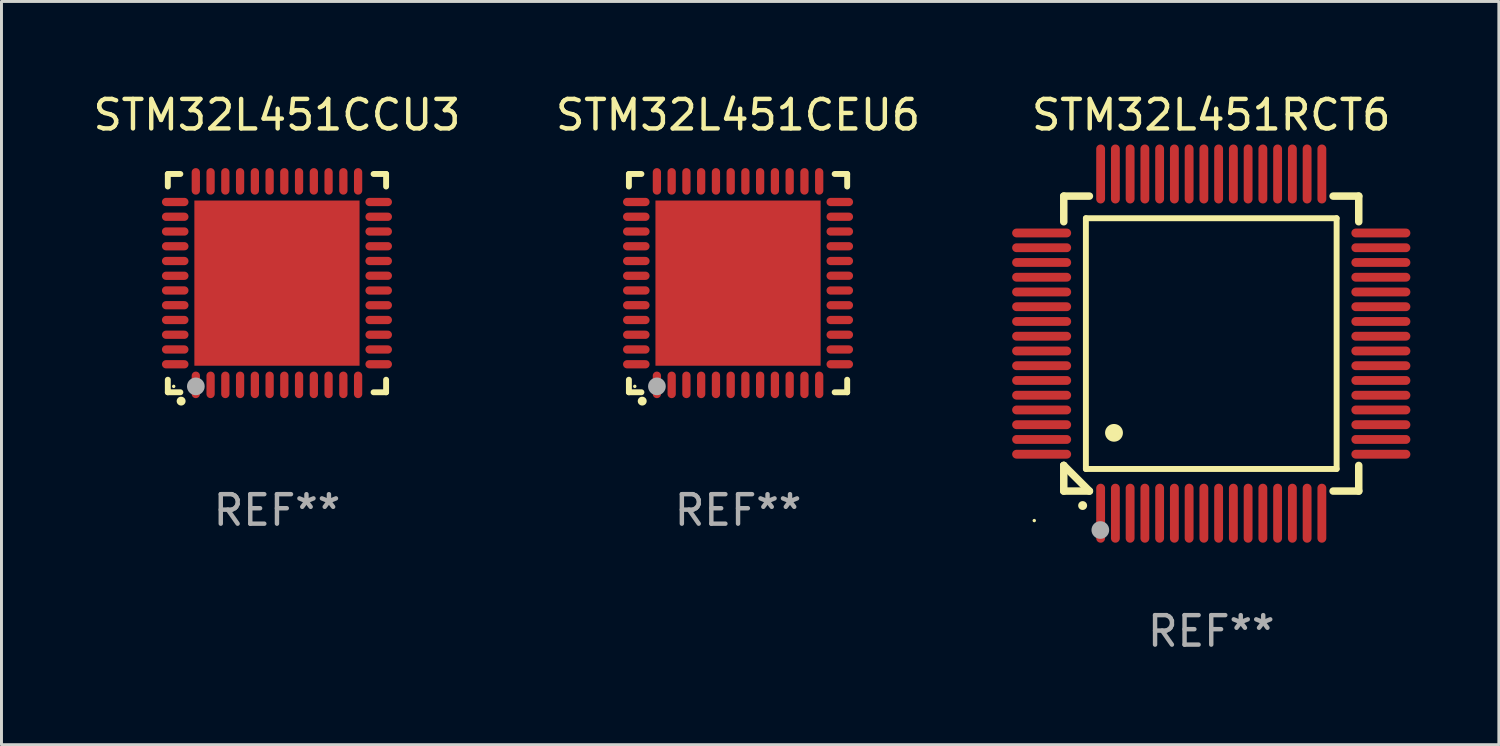
<source format=kicad_pcb>
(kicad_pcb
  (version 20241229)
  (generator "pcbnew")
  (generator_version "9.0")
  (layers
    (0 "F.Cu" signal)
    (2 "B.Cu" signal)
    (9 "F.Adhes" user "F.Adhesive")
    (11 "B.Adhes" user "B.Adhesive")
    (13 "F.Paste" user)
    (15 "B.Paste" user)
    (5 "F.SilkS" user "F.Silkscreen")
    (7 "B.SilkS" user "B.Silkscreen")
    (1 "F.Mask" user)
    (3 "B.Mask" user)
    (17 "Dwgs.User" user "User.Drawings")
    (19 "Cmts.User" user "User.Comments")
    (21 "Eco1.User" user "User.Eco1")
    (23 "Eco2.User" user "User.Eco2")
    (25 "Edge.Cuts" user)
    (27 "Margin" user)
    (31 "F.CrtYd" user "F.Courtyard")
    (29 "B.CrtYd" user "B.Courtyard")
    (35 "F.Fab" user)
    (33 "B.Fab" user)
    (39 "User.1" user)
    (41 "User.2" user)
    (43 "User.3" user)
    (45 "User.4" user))
  (footprint "STM32L451CEU6"
    (layer "F.Cu")
    (at 21.97 6.548)
    (property "Reference" "STM32L451CEU6" (at 0 -5.7 0) (layer "F.SilkS") (effects (font (size 1 1) (thickness 0.15))))
    (attr through_hole)
    (fp_line (start -3.7 -3.7) (end -3.275 -3.7) (stroke (width 0.2) (type solid)) (layer "F.SilkS"))
    (fp_line (start -3.7 -3.275) (end -3.7 -3.7) (stroke (width 0.2) (type solid)) (layer "F.SilkS"))
    (fp_line (start -3.7 3.7) (end -3.7 3.275) (stroke (width 0.2) (type solid)) (layer "F.SilkS"))
    (fp_line (start -3.275 3.7) (end -3.7 3.7) (stroke (width 0.2) (type solid)) (layer "F.SilkS"))
    (fp_line (start 3.7 -3.7) (end 3.275 -3.7) (stroke (width 0.2) (type solid)) (layer "F.SilkS"))
    (fp_line (start 3.7 -3.275) (end 3.7 -3.7) (stroke (width 0.2) (type solid)) (layer "F.SilkS"))
    (fp_line (start 3.7 3.275) (end 3.7 3.7) (stroke (width 0.2) (type solid)) (layer "F.SilkS"))
    (fp_line (start 3.7 3.7) (end 3.275 3.7) (stroke (width 0.2) (type solid)) (layer "F.SilkS"))
    (fp_arc (start -3.249936 3.999975) (mid -3.248666 3.99997) (end -3.247396 3.999975) (stroke (width 0.3) (type solid)) (layer "F.SilkS"))
    (fp_circle (center -3.5 3.5) (end -3.47 3.5) (stroke (width 0.06) (type solid)) (fill no) (layer "F.SilkS"))
    (fp_circle (center -2.75 3.5) (end -2.6 3.5) (stroke (width 0.3) (type solid)) (fill no) (layer "F.Fab"))
    (fp_text user "REF**" (at 0 7.7 0) (layer "F.Fab") (effects (font (size 1 1) (thickness 0.15))))
    (pad "1" smd oval (at -2.751 3.449) (size 0.28 0.9) (layers "F.Cu" "F.Mask" "F.Paste"))
    (pad "2" smd oval (at -2.25 3.449) (size 0.28 0.9) (layers "F.Cu" "F.Mask" "F.Paste"))
    (pad "3" smd oval (at -1.75 3.449) (size 0.28 0.9) (layers "F.Cu" "F.Mask" "F.Paste"))
    (pad "4" smd oval (at -1.25 3.449) (size 0.28 0.9) (layers "F.Cu" "F.Mask" "F.Paste"))
    (pad "5" smd oval (at -0.749 3.449) (size 0.28 0.9) (layers "F.Cu" "F.Mask" "F.Paste"))
    (pad "6" smd oval (at -0.249 3.449) (size 0.28 0.9) (layers "F.Cu" "F.Mask" "F.Paste"))
    (pad "7" smd oval (at 0.249 3.449) (size 0.28 0.9) (layers "F.Cu" "F.Mask" "F.Paste"))
    (pad "8" smd oval (at 0.749 3.449) (size 0.28 0.9) (layers "F.Cu" "F.Mask" "F.Paste"))
    (pad "9" smd oval (at 1.25 3.449) (size 0.28 0.9) (layers "F.Cu" "F.Mask" "F.Paste"))
    (pad "10" smd oval (at 1.75 3.449) (size 0.28 0.9) (layers "F.Cu" "F.Mask" "F.Paste"))
    (pad "11" smd oval (at 2.251 3.449) (size 0.28 0.9) (layers "F.Cu" "F.Mask" "F.Paste"))
    (pad "12" smd oval (at 2.751 3.449) (size 0.28 0.9) (layers "F.Cu" "F.Mask" "F.Paste"))
    (pad "13" smd oval (at 3.449 2.75) (size 0.9 0.28) (layers "F.Cu" "F.Mask" "F.Paste"))
    (pad "14" smd oval (at 3.449 2.25) (size 0.9 0.28) (layers "F.Cu" "F.Mask" "F.Paste"))
    (pad "15" smd oval (at 3.449 1.75) (size 0.9 0.28) (layers "F.Cu" "F.Mask" "F.Paste"))
    (pad "16" smd oval (at 3.449 1.25) (size 0.9 0.28) (layers "F.Cu" "F.Mask" "F.Paste"))
    (pad "17" smd oval (at 3.449 0.75) (size 0.9 0.28) (layers "F.Cu" "F.Mask" "F.Paste"))
    (pad "18" smd oval (at 3.449 0.25) (size 0.9 0.28) (layers "F.Cu" "F.Mask" "F.Paste"))
    (pad "19" smd oval (at 3.449 -0.25) (size 0.9 0.28) (layers "F.Cu" "F.Mask" "F.Paste"))
    (pad "20" smd oval (at 3.449 -0.75) (size 0.9 0.28) (layers "F.Cu" "F.Mask" "F.Paste"))
    (pad "21" smd oval (at 3.449 -1.25) (size 0.9 0.28) (layers "F.Cu" "F.Mask" "F.Paste"))
    (pad "22" smd oval (at 3.449 -1.75) (size 0.9 0.28) (layers "F.Cu" "F.Mask" "F.Paste"))
    (pad "23" smd oval (at 3.449 -2.25) (size 0.9 0.28) (layers "F.Cu" "F.Mask" "F.Paste"))
    (pad "24" smd oval (at 3.449 -2.75) (size 0.9 0.28) (layers "F.Cu" "F.Mask" "F.Paste"))
    (pad "25" smd oval (at 2.751 -3.449) (size 0.28 0.9) (layers "F.Cu" "F.Mask" "F.Paste"))
    (pad "26" smd oval (at 2.251 -3.449) (size 0.28 0.9) (layers "F.Cu" "F.Mask" "F.Paste"))
    (pad "27" smd oval (at 1.75 -3.449) (size 0.28 0.9) (layers "F.Cu" "F.Mask" "F.Paste"))
    (pad "28" smd oval (at 1.25 -3.449) (size 0.28 0.9) (layers "F.Cu" "F.Mask" "F.Paste"))
    (pad "29" smd oval (at 0.749 -3.449) (size 0.28 0.9) (layers "F.Cu" "F.Mask" "F.Paste"))
    (pad "30" smd oval (at 0.249 -3.449) (size 0.28 0.9) (layers "F.Cu" "F.Mask" "F.Paste"))
    (pad "31" smd oval (at -0.249 -3.449) (size 0.28 0.9) (layers "F.Cu" "F.Mask" "F.Paste"))
    (pad "32" smd oval (at -0.749 -3.449) (size 0.28 0.9) (layers "F.Cu" "F.Mask" "F.Paste"))
    (pad "33" smd oval (at -1.25 -3.449) (size 0.28 0.9) (layers "F.Cu" "F.Mask" "F.Paste"))
    (pad "34" smd oval (at -1.75 -3.449) (size 0.28 0.9) (layers "F.Cu" "F.Mask" "F.Paste"))
    (pad "35" smd oval (at -2.25 -3.449) (size 0.28 0.9) (layers "F.Cu" "F.Mask" "F.Paste"))
    (pad "36" smd oval (at -2.751 -3.449) (size 0.28 0.9) (layers "F.Cu" "F.Mask" "F.Paste"))
    (pad "37" smd oval (at -3.449 -2.751) (size 0.9 0.28) (layers "F.Cu" "F.Mask" "F.Paste"))
    (pad "38" smd oval (at -3.449 -2.25) (size 0.9 0.28) (layers "F.Cu" "F.Mask" "F.Paste"))
    (pad "39" smd oval (at -3.449 -1.75) (size 0.9 0.28) (layers "F.Cu" "F.Mask" "F.Paste"))
    (pad "40" smd oval (at -3.449 -1.25) (size 0.9 0.28) (layers "F.Cu" "F.Mask" "F.Paste"))
    (pad "41" smd oval (at -3.449 -0.749) (size 0.9 0.28) (layers "F.Cu" "F.Mask" "F.Paste"))
    (pad "42" smd oval (at -3.449 -0.249) (size 0.9 0.28) (layers "F.Cu" "F.Mask" "F.Paste"))
    (pad "43" smd oval (at -3.449 0.249) (size 0.9 0.28) (layers "F.Cu" "F.Mask" "F.Paste"))
    (pad "44" smd oval (at -3.449 0.749) (size 0.9 0.28) (layers "F.Cu" "F.Mask" "F.Paste"))
    (pad "45" smd oval (at -3.449 1.25) (size 0.9 0.28) (layers "F.Cu" "F.Mask" "F.Paste"))
    (pad "46" smd oval (at -3.449 1.75) (size 0.9 0.28) (layers "F.Cu" "F.Mask" "F.Paste"))
    (pad "47" smd oval (at -3.449 2.25) (size 0.9 0.28) (layers "F.Cu" "F.Mask" "F.Paste"))
    (pad "48" smd oval (at -3.449 2.751) (size 0.9 0.28) (layers "F.Cu" "F.Mask" "F.Paste"))
    (pad "49" smd rect (at 0.000076 -0.000025) (size 5.6 5.6) (layers "F.Cu" "F.Mask" "F.Paste")))
  (footprint "STM32L451RCT6"
    (layer "F.Cu")
    (at 38.012 8.598)
    (property "Reference" "STM32L451RCT6" (at 0 -7.75 0) (layer "F.SilkS") (effects (font (size 1 1) (thickness 0.15))))
    (attr through_hole)
    (fp_line (start -5 -5) (end -4.131 -5) (stroke (width 0.254) (type solid)) (layer "F.SilkS"))
    (fp_line (start -5 -4.131) (end -5 -5) (stroke (width 0.254) (type solid)) (layer "F.SilkS"))
    (fp_line (start -5 4.131) (end -5 4.131) (stroke (width 0.254) (type solid)) (layer "F.SilkS"))
    (fp_line (start -5 5) (end -5 4.131) (stroke (width 0.254) (type solid)) (layer "F.SilkS"))
    (fp_line (start -5 4.131) (end -4.131 5) (stroke (width 0.254) (type solid)) (layer "F.SilkS"))
    (fp_line (start -4.25 -4.25) (end -4.25 4.25) (stroke (width 0.2) (type solid)) (layer "F.SilkS"))
    (fp_line (start -4.25 4.25) (end 4.25 4.25) (stroke (width 0.2) (type solid)) (layer "F.SilkS"))
    (fp_line (start -4.131 5) (end -5 5) (stroke (width 0.254) (type solid)) (layer "F.SilkS"))
    (fp_line (start 4.25 -4.25) (end -4.25 -4.25) (stroke (width 0.2) (type solid)) (layer "F.SilkS"))
    (fp_line (start 4.25 4.25) (end 4.25 -4.25) (stroke (width 0.2) (type solid)) (layer "F.SilkS"))
    (fp_line (start 5 -5) (end 4.131 -5) (stroke (width 0.254) (type solid)) (layer "F.SilkS"))
    (fp_line (start 5 -5) (end 5 -4.131) (stroke (width 0.254) (type solid)) (layer "F.SilkS"))
    (fp_line (start 5 4.131) (end 5 5) (stroke (width 0.254) (type solid)) (layer "F.SilkS"))
    (fp_line (start 5 5) (end 4.131 5) (stroke (width 0.254) (type solid)) (layer "F.SilkS"))
    (fp_arc (start -4.361265 5.489992) (mid -4.359995 5.489987) (end -4.358725 5.489992) (stroke (width 0.3) (type solid)) (layer "F.SilkS"))
    (fp_arc (start -3.299467 3.025146) (mid -3.296927 3.025135) (end -3.294387 3.025146) (stroke (width 0.6) (type solid)) (layer "F.SilkS"))
    (fp_circle (center -6 6) (end -5.97 6) (stroke (width 0.06) (type solid)) (fill no) (layer "F.SilkS"))
    (fp_circle (center -3.76 6.32) (end -3.61 6.32) (stroke (width 0.3) (type solid)) (fill no) (layer "F.Fab"))
    (fp_text user "REF**" (at 0 9.75 0) (layer "F.Fab") (effects (font (size 1 1) (thickness 0.15))))
    (pad "1" smd oval (at -3.75 5.75) (size 0.3 2) (layers "F.Cu" "F.Mask" "F.Paste"))
    (pad "2" smd oval (at -3.25 5.75) (size 0.3 2) (layers "F.Cu" "F.Mask" "F.Paste"))
    (pad "3" smd oval (at -2.75 5.75) (size 0.3 2) (layers "F.Cu" "F.Mask" "F.Paste"))
    (pad "4" smd oval (at -2.25 5.75) (size 0.3 2) (layers "F.Cu" "F.Mask" "F.Paste"))
    (pad "5" smd oval (at -1.75 5.75) (size 0.3 2) (layers "F.Cu" "F.Mask" "F.Paste"))
    (pad "6" smd oval (at -1.25 5.75) (size 0.3 2) (layers "F.Cu" "F.Mask" "F.Paste"))
    (pad "7" smd oval (at -0.75 5.75) (size 0.3 2) (layers "F.Cu" "F.Mask" "F.Paste"))
    (pad "8" smd oval (at -0.25 5.75) (size 0.3 2) (layers "F.Cu" "F.Mask" "F.Paste"))
    (pad "9" smd oval (at 0.25 5.75) (size 0.3 2) (layers "F.Cu" "F.Mask" "F.Paste"))
    (pad "10" smd oval (at 0.75 5.75) (size 0.3 2) (layers "F.Cu" "F.Mask" "F.Paste"))
    (pad "11" smd oval (at 1.25 5.75) (size 0.3 2) (layers "F.Cu" "F.Mask" "F.Paste"))
    (pad "12" smd oval (at 1.75 5.75) (size 0.3 2) (layers "F.Cu" "F.Mask" "F.Paste"))
    (pad "13" smd oval (at 2.25 5.75) (size 0.3 2) (layers "F.Cu" "F.Mask" "F.Paste"))
    (pad "14" smd oval (at 2.75 5.75) (size 0.3 2) (layers "F.Cu" "F.Mask" "F.Paste"))
    (pad "15" smd oval (at 3.25 5.75) (size 0.3 2) (layers "F.Cu" "F.Mask" "F.Paste"))
    (pad "16" smd oval (at 3.75 5.75) (size 0.3 2) (layers "F.Cu" "F.Mask" "F.Paste"))
    (pad "17" smd oval (at 5.75 3.75) (size 2 0.3) (layers "F.Cu" "F.Mask" "F.Paste"))
    (pad "18" smd oval (at 5.75 3.25) (size 2 0.3) (layers "F.Cu" "F.Mask" "F.Paste"))
    (pad "19" smd oval (at 5.75 2.75) (size 2 0.3) (layers "F.Cu" "F.Mask" "F.Paste"))
    (pad "20" smd oval (at 5.75 2.25) (size 2 0.3) (layers "F.Cu" "F.Mask" "F.Paste"))
    (pad "21" smd oval (at 5.75 1.75) (size 2 0.3) (layers "F.Cu" "F.Mask" "F.Paste"))
    (pad "22" smd oval (at 5.75 1.25) (size 2 0.3) (layers "F.Cu" "F.Mask" "F.Paste"))
    (pad "23" smd oval (at 5.75 0.75) (size 2 0.3) (layers "F.Cu" "F.Mask" "F.Paste"))
    (pad "24" smd oval (at 5.75 0.25) (size 2 0.3) (layers "F.Cu" "F.Mask" "F.Paste"))
    (pad "25" smd oval (at 5.75 -0.25) (size 2 0.3) (layers "F.Cu" "F.Mask" "F.Paste"))
    (pad "26" smd oval (at 5.75 -0.75) (size 2 0.3) (layers "F.Cu" "F.Mask" "F.Paste"))
    (pad "27" smd oval (at 5.75 -1.25) (size 2 0.3) (layers "F.Cu" "F.Mask" "F.Paste"))
    (pad "28" smd oval (at 5.75 -1.75) (size 2 0.3) (layers "F.Cu" "F.Mask" "F.Paste"))
    (pad "29" smd oval (at 5.75 -2.25) (size 2 0.3) (layers "F.Cu" "F.Mask" "F.Paste"))
    (pad "30" smd oval (at 5.75 -2.75) (size 2 0.3) (layers "F.Cu" "F.Mask" "F.Paste"))
    (pad "31" smd oval (at 5.75 -3.25) (size 2 0.3) (layers "F.Cu" "F.Mask" "F.Paste"))
    (pad "32" smd oval (at 5.75 -3.75) (size 2 0.3) (layers "F.Cu" "F.Mask" "F.Paste"))
    (pad "33" smd oval (at 3.75 -5.75) (size 0.3 2) (layers "F.Cu" "F.Mask" "F.Paste"))
    (pad "34" smd oval (at 3.25 -5.75) (size 0.3 2) (layers "F.Cu" "F.Mask" "F.Paste"))
    (pad "35" smd oval (at 2.75 -5.75) (size 0.3 2) (layers "F.Cu" "F.Mask" "F.Paste"))
    (pad "36" smd oval (at 2.25 -5.75) (size 0.3 2) (layers "F.Cu" "F.Mask" "F.Paste"))
    (pad "37" smd oval (at 1.75 -5.75) (size 0.3 2) (layers "F.Cu" "F.Mask" "F.Paste"))
    (pad "38" smd oval (at 1.25 -5.75) (size 0.3 2) (layers "F.Cu" "F.Mask" "F.Paste"))
    (pad "39" smd oval (at 0.75 -5.75) (size 0.3 2) (layers "F.Cu" "F.Mask" "F.Paste"))
    (pad "40" smd oval (at 0.25 -5.75) (size 0.3 2) (layers "F.Cu" "F.Mask" "F.Paste"))
    (pad "41" smd oval (at -0.25 -5.75) (size 0.3 2) (layers "F.Cu" "F.Mask" "F.Paste"))
    (pad "42" smd oval (at -0.75 -5.75) (size 0.3 2) (layers "F.Cu" "F.Mask" "F.Paste"))
    (pad "43" smd oval (at -1.25 -5.75) (size 0.3 2) (layers "F.Cu" "F.Mask" "F.Paste"))
    (pad "44" smd oval (at -1.75 -5.75) (size 0.3 2) (layers "F.Cu" "F.Mask" "F.Paste"))
    (pad "45" smd oval (at -2.25 -5.75) (size 0.3 2) (layers "F.Cu" "F.Mask" "F.Paste"))
    (pad "46" smd oval (at -2.75 -5.75) (size 0.3 2) (layers "F.Cu" "F.Mask" "F.Paste"))
    (pad "47" smd oval (at -3.25 -5.75) (size 0.3 2) (layers "F.Cu" "F.Mask" "F.Paste"))
    (pad "48" smd oval (at -3.75 -5.75) (size 0.3 2) (layers "F.Cu" "F.Mask" "F.Paste"))
    (pad "49" smd oval (at -5.75 -3.75) (size 2 0.3) (layers "F.Cu" "F.Mask" "F.Paste"))
    (pad "50" smd oval (at -5.75 -3.25) (size 2 0.3) (layers "F.Cu" "F.Mask" "F.Paste"))
    (pad "51" smd oval (at -5.75 -2.75) (size 2 0.3) (layers "F.Cu" "F.Mask" "F.Paste"))
    (pad "52" smd oval (at -5.75 -2.25) (size 2 0.3) (layers "F.Cu" "F.Mask" "F.Paste"))
    (pad "53" smd oval (at -5.75 -1.75) (size 2 0.3) (layers "F.Cu" "F.Mask" "F.Paste"))
    (pad "54" smd oval (at -5.75 -1.25) (size 2 0.3) (layers "F.Cu" "F.Mask" "F.Paste"))
    (pad "55" smd oval (at -5.75 -0.75) (size 2 0.3) (layers "F.Cu" "F.Mask" "F.Paste"))
    (pad "56" smd oval (at -5.75 -0.25) (size 2 0.3) (layers "F.Cu" "F.Mask" "F.Paste"))
    (pad "57" smd oval (at -5.75 0.25) (size 2 0.3) (layers "F.Cu" "F.Mask" "F.Paste"))
    (pad "58" smd oval (at -5.75 0.75) (size 2 0.3) (layers "F.Cu" "F.Mask" "F.Paste"))
    (pad "59" smd oval (at -5.75 1.25) (size 2 0.3) (layers "F.Cu" "F.Mask" "F.Paste"))
    (pad "60" smd oval (at -5.75 1.75) (size 2 0.3) (layers "F.Cu" "F.Mask" "F.Paste"))
    (pad "61" smd oval (at -5.75 2.25) (size 2 0.3) (layers "F.Cu" "F.Mask" "F.Paste"))
    (pad "62" smd oval (at -5.75 2.75) (size 2 0.3) (layers "F.Cu" "F.Mask" "F.Paste"))
    (pad "63" smd oval (at -5.75 3.25) (size 2 0.3) (layers "F.Cu" "F.Mask" "F.Paste"))
    (pad "64" smd oval (at -5.75 3.75) (size 2 0.3) (layers "F.Cu" "F.Mask" "F.Paste")))
  (footprint "STM32L451CCU3"
    (layer "F.Cu")
    (at 6.339 6.548)
    (property "Reference" "STM32L451CCU3" (at 0 -5.7 0) (layer "F.SilkS") (effects (font (size 1 1) (thickness 0.15))))
    (attr through_hole)
    (fp_line (start -3.7 -3.7) (end -3.275 -3.7) (stroke (width 0.2) (type solid)) (layer "F.SilkS"))
    (fp_line (start -3.7 -3.275) (end -3.7 -3.7) (stroke (width 0.2) (type solid)) (layer "F.SilkS"))
    (fp_line (start -3.7 3.7) (end -3.7 3.275) (stroke (width 0.2) (type solid)) (layer "F.SilkS"))
    (fp_line (start -3.275 3.7) (end -3.7 3.7) (stroke (width 0.2) (type solid)) (layer "F.SilkS"))
    (fp_line (start 3.7 -3.7) (end 3.275 -3.7) (stroke (width 0.2) (type solid)) (layer "F.SilkS"))
    (fp_line (start 3.7 -3.275) (end 3.7 -3.7) (stroke (width 0.2) (type solid)) (layer "F.SilkS"))
    (fp_line (start 3.7 3.275) (end 3.7 3.7) (stroke (width 0.2) (type solid)) (layer "F.SilkS"))
    (fp_line (start 3.7 3.7) (end 3.275 3.7) (stroke (width 0.2) (type solid)) (layer "F.SilkS"))
    (fp_arc (start -3.249936 3.999975) (mid -3.248666 3.99997) (end -3.247396 3.999975) (stroke (width 0.3) (type solid)) (layer "F.SilkS"))
    (fp_circle (center -3.5 3.5) (end -3.47 3.5) (stroke (width 0.06) (type solid)) (fill no) (layer "F.SilkS"))
    (fp_circle (center -2.75 3.5) (end -2.6 3.5) (stroke (width 0.3) (type solid)) (fill no) (layer "F.Fab"))
    (fp_text user "REF**" (at 0 7.7 0) (layer "F.Fab") (effects (font (size 1 1) (thickness 0.15))))
    (pad "1" smd oval (at -2.751 3.449) (size 0.28 0.9) (layers "F.Cu" "F.Mask" "F.Paste"))
    (pad "2" smd oval (at -2.25 3.449) (size 0.28 0.9) (layers "F.Cu" "F.Mask" "F.Paste"))
    (pad "3" smd oval (at -1.75 3.449) (size 0.28 0.9) (layers "F.Cu" "F.Mask" "F.Paste"))
    (pad "4" smd oval (at -1.25 3.449) (size 0.28 0.9) (layers "F.Cu" "F.Mask" "F.Paste"))
    (pad "5" smd oval (at -0.749 3.449) (size 0.28 0.9) (layers "F.Cu" "F.Mask" "F.Paste"))
    (pad "6" smd oval (at -0.249 3.449) (size 0.28 0.9) (layers "F.Cu" "F.Mask" "F.Paste"))
    (pad "7" smd oval (at 0.249 3.449) (size 0.28 0.9) (layers "F.Cu" "F.Mask" "F.Paste"))
    (pad "8" smd oval (at 0.749 3.449) (size 0.28 0.9) (layers "F.Cu" "F.Mask" "F.Paste"))
    (pad "9" smd oval (at 1.25 3.449) (size 0.28 0.9) (layers "F.Cu" "F.Mask" "F.Paste"))
    (pad "10" smd oval (at 1.75 3.449) (size 0.28 0.9) (layers "F.Cu" "F.Mask" "F.Paste"))
    (pad "11" smd oval (at 2.251 3.449) (size 0.28 0.9) (layers "F.Cu" "F.Mask" "F.Paste"))
    (pad "12" smd oval (at 2.751 3.449) (size 0.28 0.9) (layers "F.Cu" "F.Mask" "F.Paste"))
    (pad "13" smd oval (at 3.449 2.75) (size 0.9 0.28) (layers "F.Cu" "F.Mask" "F.Paste"))
    (pad "14" smd oval (at 3.449 2.25) (size 0.9 0.28) (layers "F.Cu" "F.Mask" "F.Paste"))
    (pad "15" smd oval (at 3.449 1.75) (size 0.9 0.28) (layers "F.Cu" "F.Mask" "F.Paste"))
    (pad "16" smd oval (at 3.449 1.25) (size 0.9 0.28) (layers "F.Cu" "F.Mask" "F.Paste"))
    (pad "17" smd oval (at 3.449 0.75) (size 0.9 0.28) (layers "F.Cu" "F.Mask" "F.Paste"))
    (pad "18" smd oval (at 3.449 0.25) (size 0.9 0.28) (layers "F.Cu" "F.Mask" "F.Paste"))
    (pad "19" smd oval (at 3.449 -0.25) (size 0.9 0.28) (layers "F.Cu" "F.Mask" "F.Paste"))
    (pad "20" smd oval (at 3.449 -0.75) (size 0.9 0.28) (layers "F.Cu" "F.Mask" "F.Paste"))
    (pad "21" smd oval (at 3.449 -1.25) (size 0.9 0.28) (layers "F.Cu" "F.Mask" "F.Paste"))
    (pad "22" smd oval (at 3.449 -1.75) (size 0.9 0.28) (layers "F.Cu" "F.Mask" "F.Paste"))
    (pad "23" smd oval (at 3.449 -2.25) (size 0.9 0.28) (layers "F.Cu" "F.Mask" "F.Paste"))
    (pad "24" smd oval (at 3.449 -2.75) (size 0.9 0.28) (layers "F.Cu" "F.Mask" "F.Paste"))
    (pad "25" smd oval (at 2.751 -3.449) (size 0.28 0.9) (layers "F.Cu" "F.Mask" "F.Paste"))
    (pad "26" smd oval (at 2.251 -3.449) (size 0.28 0.9) (layers "F.Cu" "F.Mask" "F.Paste"))
    (pad "27" smd oval (at 1.75 -3.449) (size 0.28 0.9) (layers "F.Cu" "F.Mask" "F.Paste"))
    (pad "28" smd oval (at 1.25 -3.449) (size 0.28 0.9) (layers "F.Cu" "F.Mask" "F.Paste"))
    (pad "29" smd oval (at 0.749 -3.449) (size 0.28 0.9) (layers "F.Cu" "F.Mask" "F.Paste"))
    (pad "30" smd oval (at 0.249 -3.449) (size 0.28 0.9) (layers "F.Cu" "F.Mask" "F.Paste"))
    (pad "31" smd oval (at -0.249 -3.449) (size 0.28 0.9) (layers "F.Cu" "F.Mask" "F.Paste"))
    (pad "32" smd oval (at -0.749 -3.449) (size 0.28 0.9) (layers "F.Cu" "F.Mask" "F.Paste"))
    (pad "33" smd oval (at -1.25 -3.449) (size 0.28 0.9) (layers "F.Cu" "F.Mask" "F.Paste"))
    (pad "34" smd oval (at -1.75 -3.449) (size 0.28 0.9) (layers "F.Cu" "F.Mask" "F.Paste"))
    (pad "35" smd oval (at -2.25 -3.449) (size 0.28 0.9) (layers "F.Cu" "F.Mask" "F.Paste"))
    (pad "36" smd oval (at -2.751 -3.449) (size 0.28 0.9) (layers "F.Cu" "F.Mask" "F.Paste"))
    (pad "37" smd oval (at -3.449 -2.751) (size 0.9 0.28) (layers "F.Cu" "F.Mask" "F.Paste"))
    (pad "38" smd oval (at -3.449 -2.25) (size 0.9 0.28) (layers "F.Cu" "F.Mask" "F.Paste"))
    (pad "39" smd oval (at -3.449 -1.75) (size 0.9 0.28) (layers "F.Cu" "F.Mask" "F.Paste"))
    (pad "40" smd oval (at -3.449 -1.25) (size 0.9 0.28) (layers "F.Cu" "F.Mask" "F.Paste"))
    (pad "41" smd oval (at -3.449 -0.749) (size 0.9 0.28) (layers "F.Cu" "F.Mask" "F.Paste"))
    (pad "42" smd oval (at -3.449 -0.249) (size 0.9 0.28) (layers "F.Cu" "F.Mask" "F.Paste"))
    (pad "43" smd oval (at -3.449 0.249) (size 0.9 0.28) (layers "F.Cu" "F.Mask" "F.Paste"))
    (pad "44" smd oval (at -3.449 0.749) (size 0.9 0.28) (layers "F.Cu" "F.Mask" "F.Paste"))
    (pad "45" smd oval (at -3.449 1.25) (size 0.9 0.28) (layers "F.Cu" "F.Mask" "F.Paste"))
    (pad "46" smd oval (at -3.449 1.75) (size 0.9 0.28) (layers "F.Cu" "F.Mask" "F.Paste"))
    (pad "47" smd oval (at -3.449 2.25) (size 0.9 0.28) (layers "F.Cu" "F.Mask" "F.Paste"))
    (pad "48" smd oval (at -3.449 2.751) (size 0.9 0.28) (layers "F.Cu" "F.Mask" "F.Paste"))
    (pad "49" smd rect (at 0.000076 -0.000025) (size 5.6 5.6) (layers "F.Cu" "F.Mask" "F.Paste")))
  (gr_rect
    (start -3 -3)
    (end 47.762 22.196)
    (stroke (width 0.1) (type default))
    (fill no)
    (layer "Edge.Cuts")))
</source>
